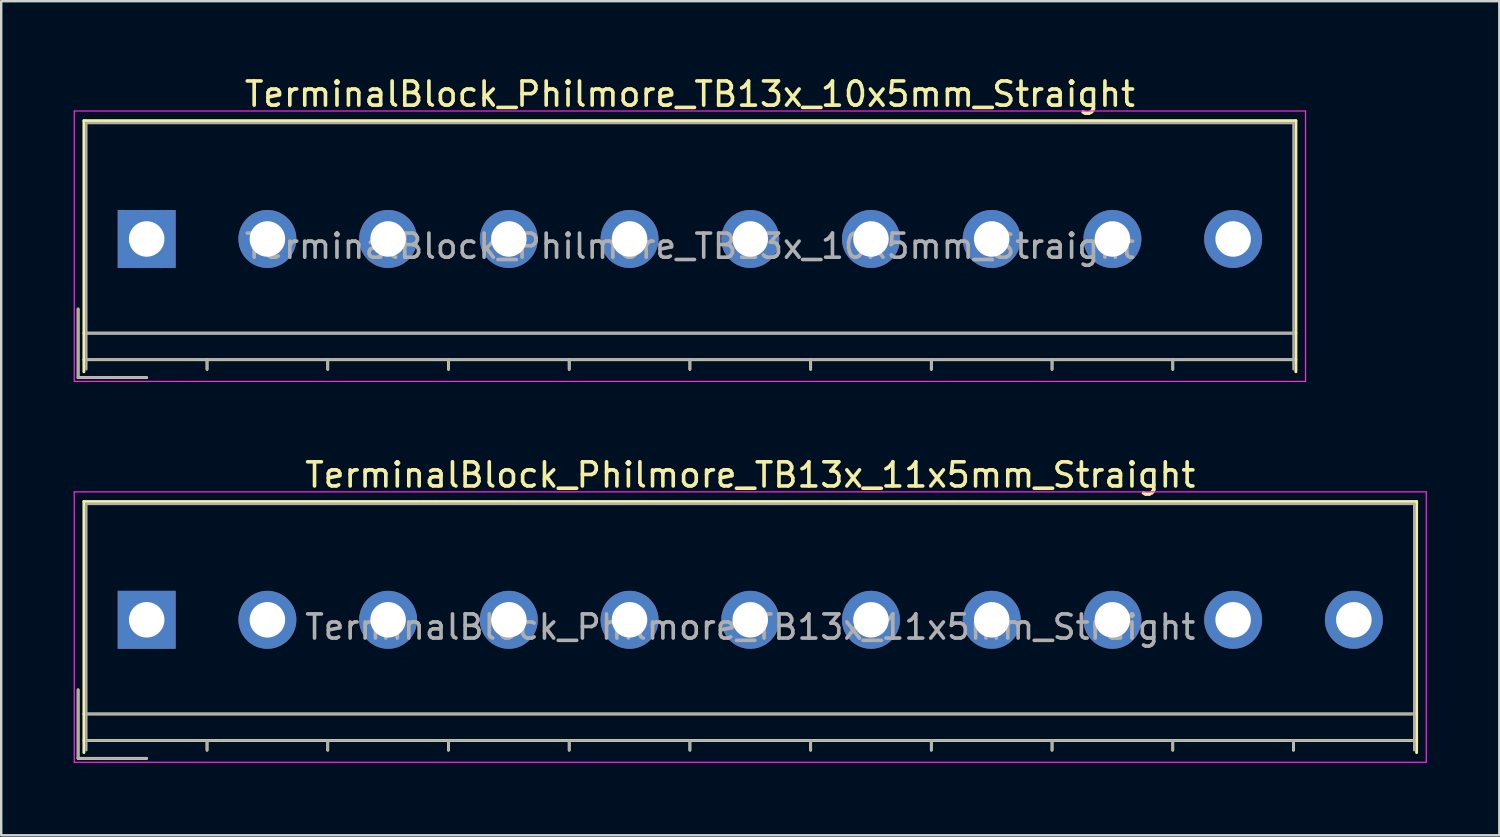
<source format=kicad_pcb>
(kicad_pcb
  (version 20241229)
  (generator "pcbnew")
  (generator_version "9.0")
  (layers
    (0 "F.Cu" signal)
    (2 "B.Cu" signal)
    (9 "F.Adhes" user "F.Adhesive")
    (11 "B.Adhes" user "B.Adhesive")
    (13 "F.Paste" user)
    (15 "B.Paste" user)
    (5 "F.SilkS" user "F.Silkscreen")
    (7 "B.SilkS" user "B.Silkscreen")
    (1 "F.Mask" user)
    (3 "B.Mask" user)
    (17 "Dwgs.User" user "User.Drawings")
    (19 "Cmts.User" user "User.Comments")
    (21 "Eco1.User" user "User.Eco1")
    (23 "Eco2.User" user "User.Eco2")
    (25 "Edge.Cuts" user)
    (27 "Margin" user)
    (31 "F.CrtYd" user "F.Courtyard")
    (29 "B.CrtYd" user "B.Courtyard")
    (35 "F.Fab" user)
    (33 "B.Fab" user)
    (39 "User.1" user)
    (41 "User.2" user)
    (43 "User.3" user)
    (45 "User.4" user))
  (footprint "TerminalBlock_Philmore_TB13x_11x5mm_Straight"
    (layer "F.Cu")
    (at 3.025 22.622)
    (property "Reference" "TerminalBlock_Philmore_TB13x_11x5mm_Straight" (at 25 -6 0) (layer "F.SilkS") (effects (font (size 1 1) (thickness 0.15))))
    (attr through_hole)
    (fp_line (start -2.84 2.9) (end -2.84 5.74) (stroke (width 0.12) (type solid)) (layer "F.SilkS"))
    (fp_line (start -2.84 5.74) (end 0 5.74) (stroke (width 0.12) (type solid)) (layer "F.SilkS"))
    (fp_line (start -2.6 -4.9) (end 52.6 -4.9) (stroke (width 0.12) (type solid)) (layer "F.SilkS"))
    (fp_line (start -2.6 3.9) (end 52.6 3.9) (stroke (width 0.12) (type solid)) (layer "F.SilkS"))
    (fp_line (start -2.6 5) (end 52.6 5) (stroke (width 0.12) (type solid)) (layer "F.SilkS"))
    (fp_line (start -2.6 5.5) (end -2.6 -4.9) (stroke (width 0.12) (type solid)) (layer "F.SilkS"))
    (fp_line (start 2.5 5) (end 2.5 5.4) (stroke (width 0.12) (type solid)) (layer "F.SilkS"))
    (fp_line (start 7.5 5) (end 7.5 5.4) (stroke (width 0.12) (type solid)) (layer "F.SilkS"))
    (fp_line (start 12.5 5) (end 12.5 5.4) (stroke (width 0.12) (type solid)) (layer "F.SilkS"))
    (fp_line (start 17.5 5) (end 17.5 5.4) (stroke (width 0.12) (type solid)) (layer "F.SilkS"))
    (fp_line (start 22.5 5) (end 22.5 5.4) (stroke (width 0.12) (type solid)) (layer "F.SilkS"))
    (fp_line (start 27.5 5) (end 27.5 5.4) (stroke (width 0.12) (type solid)) (layer "F.SilkS"))
    (fp_line (start 32.5 5) (end 32.5 5.4) (stroke (width 0.12) (type solid)) (layer "F.SilkS"))
    (fp_line (start 37.5 5) (end 37.5 5.4) (stroke (width 0.12) (type solid)) (layer "F.SilkS"))
    (fp_line (start 42.5 5) (end 42.5 5.4) (stroke (width 0.12) (type solid)) (layer "F.SilkS"))
    (fp_line (start 47.5 5) (end 47.5 5.4) (stroke (width 0.12) (type solid)) (layer "F.SilkS"))
    (fp_line (start 52.6 -4.9) (end 52.6 5.5) (stroke (width 0.12) (type solid)) (layer "F.SilkS"))
    (fp_line (start -3 -5.3) (end -3 5.9) (stroke (width 0.05) (type solid)) (layer "F.CrtYd"))
    (fp_line (start -3 5.9) (end 53 5.9) (stroke (width 0.05) (type solid)) (layer "F.CrtYd"))
    (fp_line (start 53 -5.3) (end -3 -5.3) (stroke (width 0.05) (type solid)) (layer "F.CrtYd"))
    (fp_line (start 53 5.9) (end 53 -5.3) (stroke (width 0.05) (type solid)) (layer "F.CrtYd"))
    (fp_line (start -2.84 2.9) (end -2.84 5.74) (stroke (width 0.1) (type solid)) (layer "F.Fab"))
    (fp_line (start -2.84 5.74) (end 0 5.74) (stroke (width 0.1) (type solid)) (layer "F.Fab"))
    (fp_line (start -2.5 -4.8) (end 52.5 -4.8) (stroke (width 0.1) (type solid)) (layer "F.Fab"))
    (fp_line (start -2.5 3.9) (end 52.5 3.9) (stroke (width 0.1) (type solid)) (layer "F.Fab"))
    (fp_line (start -2.5 5) (end 52.5 5) (stroke (width 0.1) (type solid)) (layer "F.Fab"))
    (fp_line (start -2.5 5.4) (end -2.5 -4.8) (stroke (width 0.1) (type solid)) (layer "F.Fab"))
    (fp_line (start 2.5 5) (end 2.5 5.4) (stroke (width 0.1) (type solid)) (layer "F.Fab"))
    (fp_line (start 7.5 5) (end 7.5 5.4) (stroke (width 0.1) (type solid)) (layer "F.Fab"))
    (fp_line (start 12.5 5) (end 12.5 5.4) (stroke (width 0.1) (type solid)) (layer "F.Fab"))
    (fp_line (start 17.5 5) (end 17.5 5.4) (stroke (width 0.1) (type solid)) (layer "F.Fab"))
    (fp_line (start 22.5 5) (end 22.5 5.4) (stroke (width 0.1) (type solid)) (layer "F.Fab"))
    (fp_line (start 27.5 5) (end 27.5 5.4) (stroke (width 0.1) (type solid)) (layer "F.Fab"))
    (fp_line (start 32.5 5) (end 32.5 5.4) (stroke (width 0.1) (type solid)) (layer "F.Fab"))
    (fp_line (start 37.5 5) (end 37.5 5.4) (stroke (width 0.1) (type solid)) (layer "F.Fab"))
    (fp_line (start 42.5 5) (end 42.5 5.4) (stroke (width 0.1) (type solid)) (layer "F.Fab"))
    (fp_line (start 47.5 5) (end 47.5 5.4) (stroke (width 0.1) (type solid)) (layer "F.Fab"))
    (fp_line (start 52.5 -4.8) (end 52.5 5.4) (stroke (width 0.1) (type solid)) (layer "F.Fab"))
    (fp_text user "${REFERENCE}" (at 25 0.3 0) (layer "F.Fab") (effects (font (size 1 1) (thickness 0.15))))
    (pad "1" thru_hole rect (at 0 0) (size 2.4 2.4) (drill 1.47) (layers "*.Cu" "*.Mask"))
    (pad "2" thru_hole circle (at 5 0) (size 2.4 2.4) (drill 1.47) (layers "*.Cu" "*.Mask"))
    (pad "3" thru_hole circle (at 10 0) (size 2.4 2.4) (drill 1.47) (layers "*.Cu" "*.Mask"))
    (pad "4" thru_hole circle (at 15 0) (size 2.4 2.4) (drill 1.47) (layers "*.Cu" "*.Mask"))
    (pad "5" thru_hole circle (at 20 0) (size 2.4 2.4) (drill 1.47) (layers "*.Cu" "*.Mask"))
    (pad "6" thru_hole circle (at 25 0) (size 2.4 2.4) (drill 1.47) (layers "*.Cu" "*.Mask"))
    (pad "7" thru_hole circle (at 30 0) (size 2.4 2.4) (drill 1.47) (layers "*.Cu" "*.Mask"))
    (pad "8" thru_hole circle (at 35 0) (size 2.4 2.4) (drill 1.47) (layers "*.Cu" "*.Mask"))
    (pad "9" thru_hole circle (at 40 0) (size 2.4 2.4) (drill 1.47) (layers "*.Cu" "*.Mask"))
    (pad "10" thru_hole circle (at 45 0) (size 2.4 2.4) (drill 1.47) (layers "*.Cu" "*.Mask"))
    (pad "11" thru_hole circle (at 50 0) (size 2.4 2.4) (drill 1.47) (layers "*.Cu" "*.Mask")))
  (footprint "TerminalBlock_Philmore_TB13x_10x5mm_Straight"
    (layer "F.Cu")
    (at 3.025 6.848)
    (property "Reference" "TerminalBlock_Philmore_TB13x_10x5mm_Straight" (at 22.5 -6 0) (layer "F.SilkS") (effects (font (size 1 1) (thickness 0.15))))
    (attr through_hole)
    (fp_line (start -2.84 2.9) (end -2.84 5.74) (stroke (width 0.12) (type solid)) (layer "F.SilkS"))
    (fp_line (start -2.84 5.74) (end 0 5.74) (stroke (width 0.12) (type solid)) (layer "F.SilkS"))
    (fp_line (start -2.6 -4.9) (end 47.6 -4.9) (stroke (width 0.12) (type solid)) (layer "F.SilkS"))
    (fp_line (start -2.6 3.9) (end 47.6 3.9) (stroke (width 0.12) (type solid)) (layer "F.SilkS"))
    (fp_line (start -2.6 5) (end 47.6 5) (stroke (width 0.12) (type solid)) (layer "F.SilkS"))
    (fp_line (start -2.6 5.5) (end -2.6 -4.9) (stroke (width 0.12) (type solid)) (layer "F.SilkS"))
    (fp_line (start 2.5 5) (end 2.5 5.4) (stroke (width 0.12) (type solid)) (layer "F.SilkS"))
    (fp_line (start 7.5 5) (end 7.5 5.4) (stroke (width 0.12) (type solid)) (layer "F.SilkS"))
    (fp_line (start 12.5 5) (end 12.5 5.4) (stroke (width 0.12) (type solid)) (layer "F.SilkS"))
    (fp_line (start 17.5 5) (end 17.5 5.4) (stroke (width 0.12) (type solid)) (layer "F.SilkS"))
    (fp_line (start 22.5 5) (end 22.5 5.4) (stroke (width 0.12) (type solid)) (layer "F.SilkS"))
    (fp_line (start 27.5 5) (end 27.5 5.4) (stroke (width 0.12) (type solid)) (layer "F.SilkS"))
    (fp_line (start 32.5 5) (end 32.5 5.4) (stroke (width 0.12) (type solid)) (layer "F.SilkS"))
    (fp_line (start 37.5 5) (end 37.5 5.4) (stroke (width 0.12) (type solid)) (layer "F.SilkS"))
    (fp_line (start 42.5 5) (end 42.5 5.4) (stroke (width 0.12) (type solid)) (layer "F.SilkS"))
    (fp_line (start 47.6 -4.9) (end 47.6 5.5) (stroke (width 0.12) (type solid)) (layer "F.SilkS"))
    (fp_line (start -3 -5.3) (end -3 5.9) (stroke (width 0.05) (type solid)) (layer "F.CrtYd"))
    (fp_line (start -3 5.9) (end 48 5.9) (stroke (width 0.05) (type solid)) (layer "F.CrtYd"))
    (fp_line (start 48 -5.3) (end -3 -5.3) (stroke (width 0.05) (type solid)) (layer "F.CrtYd"))
    (fp_line (start 48 5.9) (end 48 -5.3) (stroke (width 0.05) (type solid)) (layer "F.CrtYd"))
    (fp_line (start -2.84 2.9) (end -2.84 5.74) (stroke (width 0.1) (type solid)) (layer "F.Fab"))
    (fp_line (start -2.84 5.74) (end 0 5.74) (stroke (width 0.1) (type solid)) (layer "F.Fab"))
    (fp_line (start -2.5 -4.8) (end 47.5 -4.8) (stroke (width 0.1) (type solid)) (layer "F.Fab"))
    (fp_line (start -2.5 3.9) (end 47.5 3.9) (stroke (width 0.1) (type solid)) (layer "F.Fab"))
    (fp_line (start -2.5 5) (end 47.5 5) (stroke (width 0.1) (type solid)) (layer "F.Fab"))
    (fp_line (start -2.5 5.4) (end -2.5 -4.8) (stroke (width 0.1) (type solid)) (layer "F.Fab"))
    (fp_line (start 2.5 5) (end 2.5 5.4) (stroke (width 0.1) (type solid)) (layer "F.Fab"))
    (fp_line (start 7.5 5) (end 7.5 5.4) (stroke (width 0.1) (type solid)) (layer "F.Fab"))
    (fp_line (start 12.5 5) (end 12.5 5.4) (stroke (width 0.1) (type solid)) (layer "F.Fab"))
    (fp_line (start 17.5 5) (end 17.5 5.4) (stroke (width 0.1) (type solid)) (layer "F.Fab"))
    (fp_line (start 22.5 5) (end 22.5 5.4) (stroke (width 0.1) (type solid)) (layer "F.Fab"))
    (fp_line (start 27.5 5) (end 27.5 5.4) (stroke (width 0.1) (type solid)) (layer "F.Fab"))
    (fp_line (start 32.5 5) (end 32.5 5.4) (stroke (width 0.1) (type solid)) (layer "F.Fab"))
    (fp_line (start 37.5 5) (end 37.5 5.4) (stroke (width 0.1) (type solid)) (layer "F.Fab"))
    (fp_line (start 42.5 5) (end 42.5 5.4) (stroke (width 0.1) (type solid)) (layer "F.Fab"))
    (fp_line (start 47.5 -4.8) (end 47.5 5.4) (stroke (width 0.1) (type solid)) (layer "F.Fab"))
    (fp_text user "${REFERENCE}" (at 22.5 0.3 0) (layer "F.Fab") (effects (font (size 1 1) (thickness 0.15))))
    (pad "1" thru_hole rect (at 0 0) (size 2.4 2.4) (drill 1.47) (layers "*.Cu" "*.Mask"))
    (pad "2" thru_hole circle (at 5 0) (size 2.4 2.4) (drill 1.47) (layers "*.Cu" "*.Mask"))
    (pad "3" thru_hole circle (at 10 0) (size 2.4 2.4) (drill 1.47) (layers "*.Cu" "*.Mask"))
    (pad "4" thru_hole circle (at 15 0) (size 2.4 2.4) (drill 1.47) (layers "*.Cu" "*.Mask"))
    (pad "5" thru_hole circle (at 20 0) (size 2.4 2.4) (drill 1.47) (layers "*.Cu" "*.Mask"))
    (pad "6" thru_hole circle (at 25 0) (size 2.4 2.4) (drill 1.47) (layers "*.Cu" "*.Mask"))
    (pad "7" thru_hole circle (at 30 0) (size 2.4 2.4) (drill 1.47) (layers "*.Cu" "*.Mask"))
    (pad "8" thru_hole circle (at 35 0) (size 2.4 2.4) (drill 1.47) (layers "*.Cu" "*.Mask"))
    (pad "9" thru_hole circle (at 40 0) (size 2.4 2.4) (drill 1.47) (layers "*.Cu" "*.Mask"))
    (pad "10" thru_hole circle (at 45 0) (size 2.4 2.4) (drill 1.47) (layers "*.Cu" "*.Mask")))
  (gr_rect
    (start -3 -3)
    (end 59.05 31.547)
    (stroke (width 0.1) (type default))
    (fill no)
    (layer "Edge.Cuts")))
</source>
